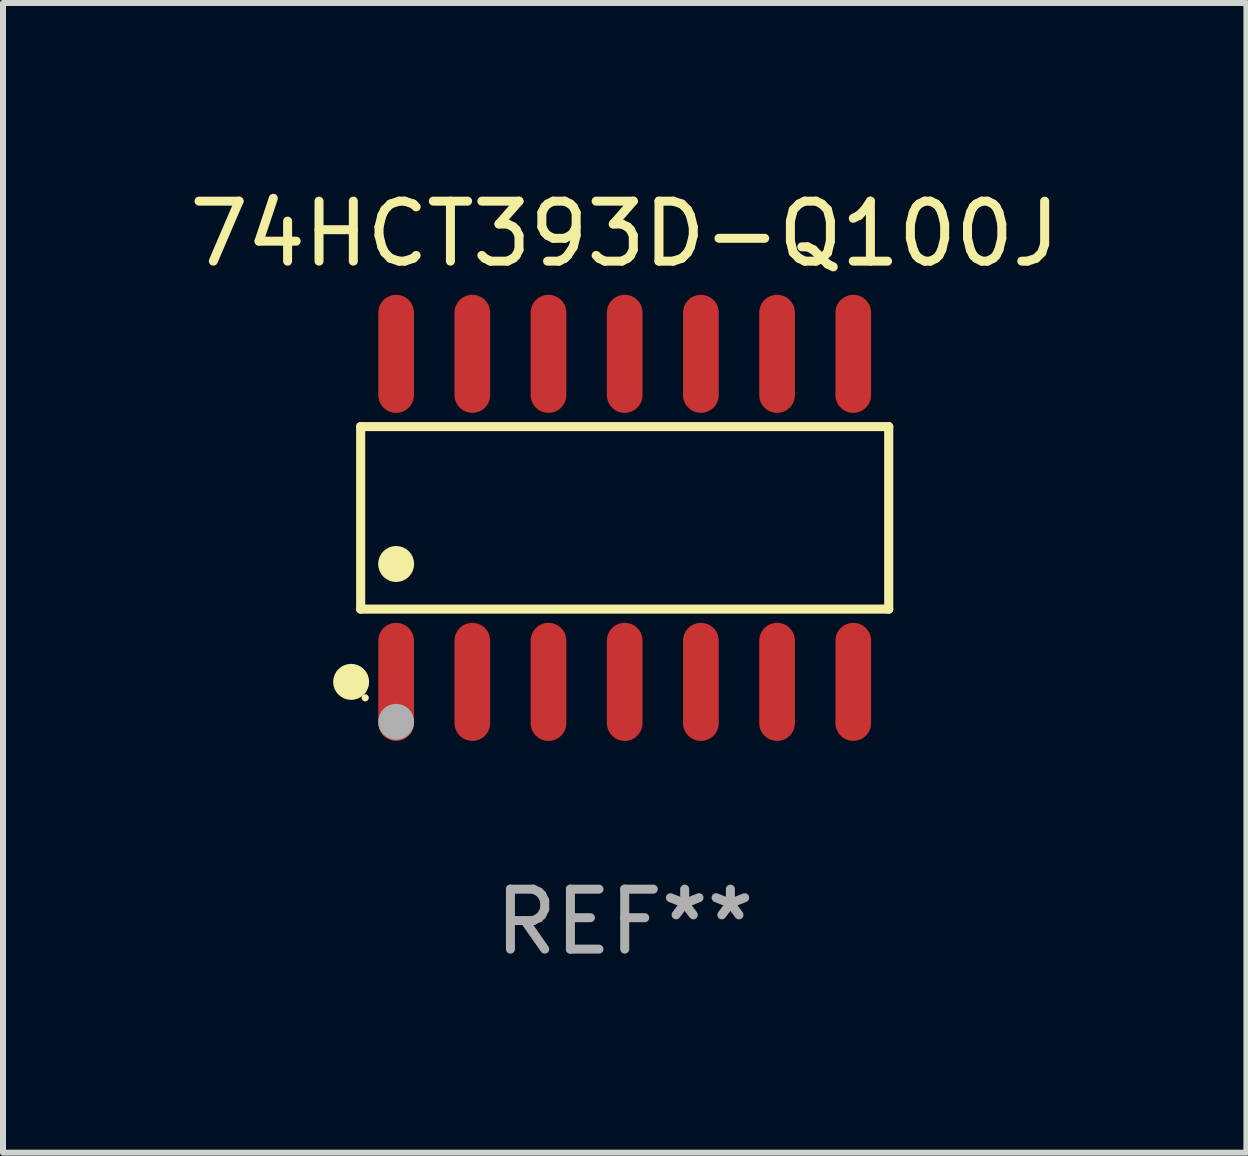
<source format=kicad_pcb>
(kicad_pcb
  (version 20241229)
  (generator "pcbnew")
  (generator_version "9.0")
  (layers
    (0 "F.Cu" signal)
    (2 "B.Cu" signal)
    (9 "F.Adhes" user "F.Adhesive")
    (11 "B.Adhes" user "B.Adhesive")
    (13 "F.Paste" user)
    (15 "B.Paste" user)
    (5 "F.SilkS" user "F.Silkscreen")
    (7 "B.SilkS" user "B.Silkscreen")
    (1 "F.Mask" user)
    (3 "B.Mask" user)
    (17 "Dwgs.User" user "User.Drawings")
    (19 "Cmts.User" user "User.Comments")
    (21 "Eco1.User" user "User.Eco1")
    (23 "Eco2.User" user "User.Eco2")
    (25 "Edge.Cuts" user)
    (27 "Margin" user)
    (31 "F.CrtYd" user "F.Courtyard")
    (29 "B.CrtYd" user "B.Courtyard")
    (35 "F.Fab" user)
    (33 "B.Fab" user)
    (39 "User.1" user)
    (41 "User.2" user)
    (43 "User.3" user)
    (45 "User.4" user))
  (footprint "74HCT393D-Q100J"
    (layer "F.Cu")
    (at 7.363 5.582)
    (property "Reference" "74HCT393D-Q100J" (at 0 -4.734 0) (layer "F.SilkS") (effects (font (size 1 1) (thickness 0.15))))
    (attr through_hole)
    (fp_line (start -4.401 -1.521) (end 4.401 -1.521) (stroke (width 0.152) (type solid)) (layer "F.SilkS"))
    (fp_line (start -4.401 1.521) (end -4.401 -1.521) (stroke (width 0.152) (type solid)) (layer "F.SilkS"))
    (fp_line (start 4.401 -1.521) (end 4.401 1.521) (stroke (width 0.152) (type solid)) (layer "F.SilkS"))
    (fp_line (start 4.401 1.521) (end -4.401 1.521) (stroke (width 0.152) (type solid)) (layer "F.SilkS"))
    (fp_circle (center -4.56 2.734) (end -4.41 2.734) (stroke (width 0.3) (type solid)) (fill no) (layer "F.SilkS"))
    (fp_circle (center -4.325 3) (end -4.295 3) (stroke (width 0.06) (type solid)) (fill no) (layer "F.SilkS"))
    (fp_circle (center -3.81 0.769) (end -3.66 0.769) (stroke (width 0.3) (type solid)) (fill no) (layer "F.SilkS"))
    (fp_circle (center -3.81 3.4) (end -3.66 3.4) (stroke (width 0.3) (type solid)) (fill no) (layer "F.Fab"))
    (fp_text user "REF**" (at 0 6.734 0) (layer "F.Fab") (effects (font (size 1 1) (thickness 0.15))))
    (pad "1" smd oval (at -3.81 2.734) (size 0.595 1.968) (layers "F.Cu" "F.Mask" "F.Paste"))
    (pad "2" smd oval (at -2.54 2.734) (size 0.595 1.968) (layers "F.Cu" "F.Mask" "F.Paste"))
    (pad "3" smd oval (at -1.27 2.734) (size 0.595 1.968) (layers "F.Cu" "F.Mask" "F.Paste"))
    (pad "4" smd oval (at 0 2.734) (size 0.595 1.968) (layers "F.Cu" "F.Mask" "F.Paste"))
    (pad "5" smd oval (at 1.27 2.734) (size 0.595 1.968) (layers "F.Cu" "F.Mask" "F.Paste"))
    (pad "6" smd oval (at 2.54 2.734) (size 0.595 1.968) (layers "F.Cu" "F.Mask" "F.Paste"))
    (pad "7" smd oval (at 3.81 2.734) (size 0.595 1.968) (layers "F.Cu" "F.Mask" "F.Paste"))
    (pad "8" smd oval (at 3.81 -2.734) (size 0.595 1.968) (layers "F.Cu" "F.Mask" "F.Paste"))
    (pad "9" smd oval (at 2.54 -2.734) (size 0.595 1.968) (layers "F.Cu" "F.Mask" "F.Paste"))
    (pad "10" smd oval (at 1.27 -2.734) (size 0.595 1.968) (layers "F.Cu" "F.Mask" "F.Paste"))
    (pad "11" smd oval (at 0 -2.734) (size 0.595 1.968) (layers "F.Cu" "F.Mask" "F.Paste"))
    (pad "12" smd oval (at -1.27 -2.734) (size 0.595 1.968) (layers "F.Cu" "F.Mask" "F.Paste"))
    (pad "13" smd oval (at -2.54 -2.734) (size 0.595 1.968) (layers "F.Cu" "F.Mask" "F.Paste"))
    (pad "14" smd oval (at -3.81 -2.734) (size 0.595 1.968) (layers "F.Cu" "F.Mask" "F.Paste")))
  (gr_rect
    (start -3 -3)
    (end 17.726 16.164)
    (stroke (width 0.1) (type default))
    (fill no)
    (layer "Edge.Cuts")))
</source>
